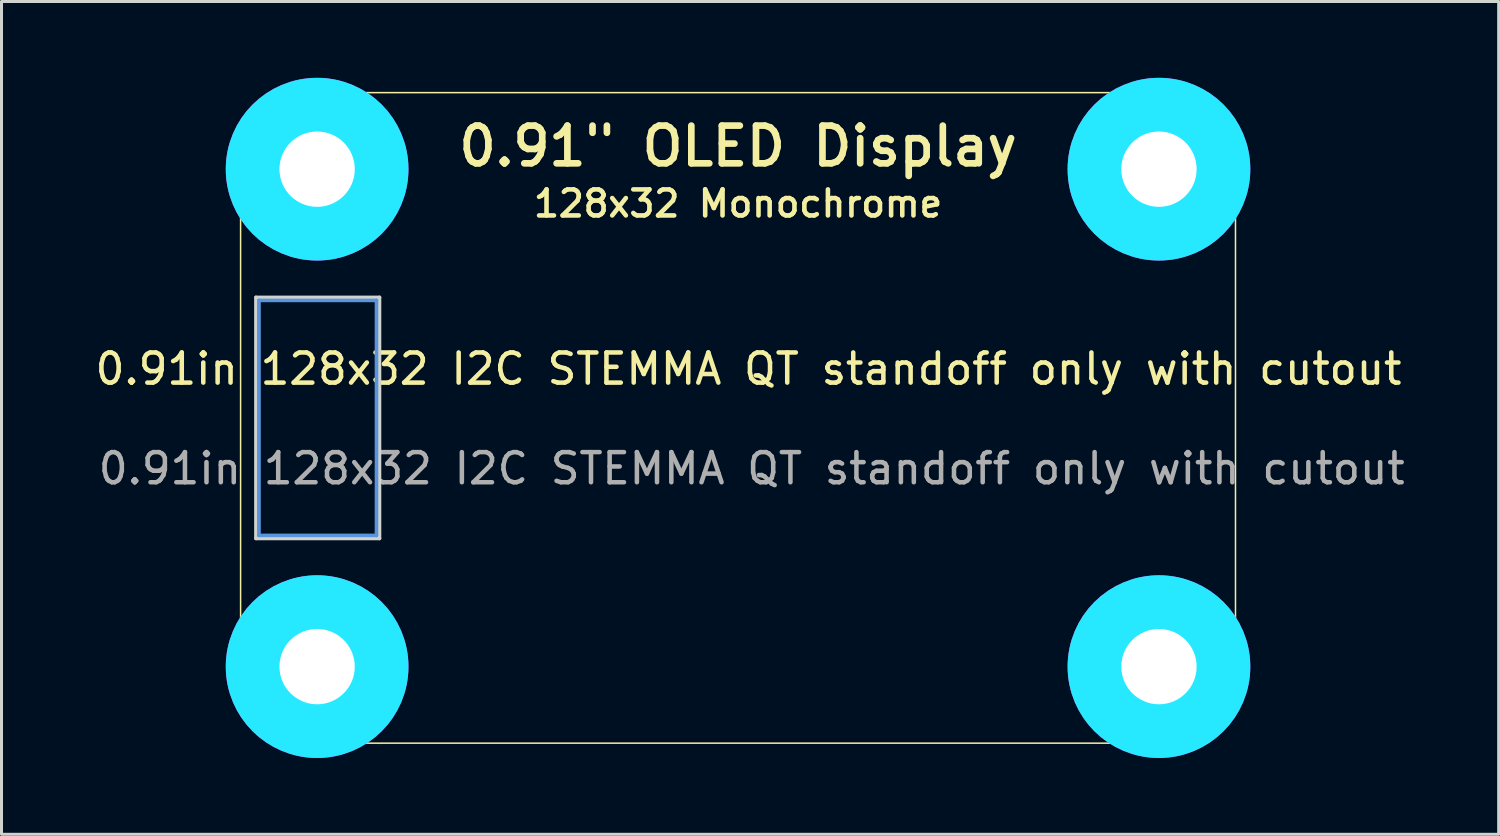
<source format=kicad_pcb>
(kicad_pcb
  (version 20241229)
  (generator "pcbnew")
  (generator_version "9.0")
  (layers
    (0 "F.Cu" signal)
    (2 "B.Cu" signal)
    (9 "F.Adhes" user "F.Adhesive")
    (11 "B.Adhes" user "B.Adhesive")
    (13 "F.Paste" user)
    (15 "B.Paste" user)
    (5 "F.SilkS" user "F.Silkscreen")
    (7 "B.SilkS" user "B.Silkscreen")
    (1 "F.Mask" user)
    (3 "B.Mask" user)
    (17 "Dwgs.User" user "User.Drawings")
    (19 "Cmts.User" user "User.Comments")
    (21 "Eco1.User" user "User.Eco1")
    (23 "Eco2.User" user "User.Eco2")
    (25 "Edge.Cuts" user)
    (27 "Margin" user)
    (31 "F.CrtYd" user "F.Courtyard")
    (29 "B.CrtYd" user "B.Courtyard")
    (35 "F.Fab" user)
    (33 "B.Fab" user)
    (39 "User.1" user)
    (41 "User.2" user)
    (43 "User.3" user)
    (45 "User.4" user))
  (footprint "0.91in 128x32 I2C STEMMA QT standoff only with cutout"
    (layer "F.Cu")
    (at 21.445 10.82)
    (property "Reference" "0.91in 128x32 I2C STEMMA QT standoff only with cutout" (at 0.347 -1.627 0) (unlocked yes) (layer "F.SilkS") (effects (font (size 1 1) (thickness 0.15))))
    (attr through_hole)
    (fp_line (start -16.51 -8.255) (end -16.51 8.255) (stroke (width 0.05) (type solid)) (layer "F.SilkS"))
    (fp_line (start -13.97 10.795) (end 13.97 10.795) (stroke (width 0.05) (type solid)) (layer "F.SilkS"))
    (fp_line (start 13.97 -10.795) (end -13.97 -10.795) (stroke (width 0.05) (type solid)) (layer "F.SilkS"))
    (fp_line (start 16.51 8.255) (end 16.51 -8.255) (stroke (width 0.05) (type solid)) (layer "F.SilkS"))
    (fp_arc (start -16.51 -8.255) (mid -15.766051 -10.051051) (end -13.97 -10.795) (stroke (width 0.05) (type solid)) (layer "F.SilkS"))
    (fp_arc (start -13.97 10.795) (mid -15.766051 10.051051) (end -16.51 8.255) (stroke (width 0.05) (type solid)) (layer "F.SilkS"))
    (fp_arc (start 13.97 -10.795) (mid 15.766051 -10.051051) (end 16.51 -8.255) (stroke (width 0.05) (type solid)) (layer "F.SilkS"))
    (fp_arc (start 16.51 8.255) (mid 15.766051 10.051051) (end 13.97 10.795) (stroke (width 0.05) (type solid)) (layer "F.SilkS"))
    (fp_circle (center -13.97 -8.255) (end -15.97 -8.255) (stroke (width 0.203) (type solid)) (fill no) (layer "F.SilkS"))
    (fp_circle (center -13.97 8.255) (end -15.97 8.255) (stroke (width 0.203) (type solid)) (fill no) (layer "F.SilkS"))
    (fp_circle (center 13.97 -8.255) (end 11.97 -8.255) (stroke (width 0.203) (type solid)) (fill no) (layer "F.SilkS"))
    (fp_circle (center 13.97 8.255) (end 11.97 8.255) (stroke (width 0.203) (type solid)) (fill no) (layer "F.SilkS"))
    (fp_line (start -15.9 -3.9) (end -15.9 3.9) (stroke (width 0.12) (type solid)) (layer "Cmts.User"))
    (fp_line (start -15.9 -3.9) (end -12 -3.9) (stroke (width 0.12) (type solid)) (layer "Cmts.User"))
    (fp_line (start -12 3.9) (end -15.9 3.9) (stroke (width 0.12) (type solid)) (layer "Cmts.User"))
    (fp_line (start -12 3.9) (end -12 -3.9) (stroke (width 0.12) (type solid)) (layer "Cmts.User"))
    (fp_line (start -16 -4) (end -16 4) (stroke (width 0.12) (type solid)) (layer "Edge.Cuts"))
    (fp_line (start -16 -4) (end -11.9 -4) (stroke (width 0.12) (type solid)) (layer "Edge.Cuts"))
    (fp_line (start -11.9 4) (end -16 4) (stroke (width 0.12) (type solid)) (layer "Edge.Cuts"))
    (fp_line (start -11.9 4) (end -11.9 -4) (stroke (width 0.12) (type solid)) (layer "Edge.Cuts"))
    (fp_circle (center -13.97 -8.255) (end -14.97 -8.255) (stroke (width 2.032) (type solid)) (fill no) (layer "B.CrtYd"))
    (fp_circle (center -13.97 8.255) (end -14.97 8.255) (stroke (width 2.032) (type solid)) (fill no) (layer "B.CrtYd"))
    (fp_circle (center 13.97 -8.255) (end 12.97 -8.255) (stroke (width 2.032) (type solid)) (fill no) (layer "B.CrtYd"))
    (fp_circle (center 13.97 8.255) (end 12.97 8.255) (stroke (width 2.032) (type solid)) (fill no) (layer "B.CrtYd"))
    (fp_circle (center -13.97 -8.255) (end -14.97 -8.255) (stroke (width 2.032) (type solid)) (fill no) (layer "F.CrtYd"))
    (fp_circle (center -13.97 8.255) (end -14.97 8.255) (stroke (width 2.032) (type solid)) (fill no) (layer "F.CrtYd"))
    (fp_circle (center 13.97 -8.255) (end 12.97 -8.255) (stroke (width 2.032) (type solid)) (fill no) (layer "F.CrtYd"))
    (fp_circle (center 13.97 8.255) (end 12.97 8.255) (stroke (width 2.032) (type solid)) (fill no) (layer "F.CrtYd"))
    (fp_text user "0.91\" OLED Display" (at 0 -9.017 0) (layer "F.SilkS") (effects (font (size 1.252 1.252) (thickness 0.221))))
    (fp_text user "128x32 Monochrome" (at 0 -7.112 0) (layer "F.SilkS") (effects (font (size 0.864 0.864) (thickness 0.152))))
    (fp_text user "${REFERENCE}" (at 0.453 1.68 0) (unlocked yes) (layer "F.Fab") (effects (font (size 1 1) (thickness 0.15))))
    (pad "P$1" thru_hole circle (at -13.97 -8.255 180) (size 3.2 3.2) (drill 2.5) (layers "*.Cu" "*.Mask"))
    (pad "P$1" thru_hole circle (at -13.97 8.255 180) (size 3.2 3.2) (drill 2.5) (layers "*.Cu" "*.Mask"))
    (pad "P$1" thru_hole circle (at 13.97 -8.255 180) (size 3.2 3.2) (drill 2.5) (layers "*.Cu" "*.Mask"))
    (pad "P$1" thru_hole circle (at 13.97 8.255 180) (size 3.2 3.2) (drill 2.5) (layers "*.Cu" "*.Mask"))
    (zone (net_name "") (layer "F.Cu") (hatch edge 0.508) (connect_pads) (min_thickness 0.254) (filled_areas_thickness no) (keepout (tracks not_allowed) (vias not_allowed) (pads not_allowed) (copperpour not_allowed) (footprints allowed)) (placement (enabled no)) (fill) (polygon (pts (xy 5.459 2.565) (xy 5.49 2.915) (xy 5.581 3.255) (xy 5.729 3.573) (xy 5.931 3.861) (xy 6.179 4.109) (xy 6.467 4.311) (xy 6.785 4.459) (xy 7.125 4.55) (xy 7.475 4.581) (xy 7.825 4.55) (xy 8.164 4.459) (xy 8.483 4.311) (xy 8.771 4.109) (xy 9.019 3.861) (xy 9.221 3.573) (xy 9.369 3.255) (xy 9.46 2.915) (xy 9.491 2.565) (xy 9.46 2.215) (xy 9.369 1.875) (xy 9.221 1.557) (xy 9.019 1.269) (xy 8.771 1.021) (xy 8.483 0.819) (xy 8.164 0.671) (xy 7.825 0.58) (xy 7.475 0.549) (xy 7.125 0.58) (xy 6.785 0.671) (xy 6.467 0.819) (xy 6.179 1.021) (xy 5.931 1.269) (xy 5.729 1.557) (xy 5.581 1.875) (xy 5.49 2.215))) (polygon (pts (xy 7.491 2.565) (xy 7.491 2.562) (xy 7.49 2.56) (xy 7.489 2.557) (xy 7.487 2.555) (xy 7.485 2.553) (xy 7.483 2.551) (xy 7.48 2.55) (xy 7.478 2.549) (xy 7.475 2.549) (xy 7.472 2.549) (xy 7.469 2.55) (xy 7.467 2.551) (xy 7.465 2.553) (xy 7.463 2.555) (xy 7.461 2.557) (xy 7.46 2.56) (xy 7.459 2.562) (xy 7.459 2.565) (xy 7.459 2.568) (xy 7.46 2.57) (xy 7.461 2.573) (xy 7.463 2.575) (xy 7.465 2.577) (xy 7.467 2.579) (xy 7.469 2.58) (xy 7.472 2.581) (xy 7.475 2.581) (xy 7.478 2.581) (xy 7.48 2.58) (xy 7.483 2.579) (xy 7.485 2.577) (xy 7.487 2.575) (xy 7.489 2.573) (xy 7.49 2.57) (xy 7.491 2.568))))
    (zone (net_name "") (layer "F.Cu") (hatch edge 0.508) (connect_pads) (min_thickness 0.254) (filled_areas_thickness no) (keepout (tracks not_allowed) (vias not_allowed) (pads not_allowed) (copperpour not_allowed) (footprints allowed)) (placement (enabled no)) (fill) (polygon (pts (xy 5.459 19.075) (xy 5.49 19.425) (xy 5.581 19.765) (xy 5.729 20.083) (xy 5.931 20.371) (xy 6.179 20.619) (xy 6.467 20.821) (xy 6.785 20.969) (xy 7.125 21.06) (xy 7.475 21.091) (xy 7.825 21.06) (xy 8.164 20.969) (xy 8.483 20.821) (xy 8.771 20.619) (xy 9.019 20.371) (xy 9.221 20.083) (xy 9.369 19.765) (xy 9.46 19.425) (xy 9.491 19.075) (xy 9.46 18.725) (xy 9.369 18.385) (xy 9.221 18.067) (xy 9.019 17.779) (xy 8.771 17.531) (xy 8.483 17.329) (xy 8.164 17.181) (xy 7.825 17.09) (xy 7.475 17.059) (xy 7.125 17.09) (xy 6.785 17.181) (xy 6.467 17.329) (xy 6.179 17.531) (xy 5.931 17.779) (xy 5.729 18.067) (xy 5.581 18.385) (xy 5.49 18.725))) (polygon (pts (xy 7.491 19.075) (xy 7.491 19.072) (xy 7.49 19.07) (xy 7.489 19.067) (xy 7.487 19.065) (xy 7.485 19.063) (xy 7.483 19.061) (xy 7.48 19.06) (xy 7.478 19.059) (xy 7.475 19.059) (xy 7.472 19.059) (xy 7.469 19.06) (xy 7.467 19.061) (xy 7.465 19.063) (xy 7.463 19.065) (xy 7.461 19.067) (xy 7.46 19.07) (xy 7.459 19.072) (xy 7.459 19.075) (xy 7.459 19.078) (xy 7.46 19.08) (xy 7.461 19.083) (xy 7.463 19.085) (xy 7.465 19.087) (xy 7.467 19.089) (xy 7.469 19.09) (xy 7.472 19.091) (xy 7.475 19.091) (xy 7.478 19.091) (xy 7.48 19.09) (xy 7.483 19.089) (xy 7.485 19.087) (xy 7.487 19.085) (xy 7.489 19.083) (xy 7.49 19.08) (xy 7.491 19.078))))
    (zone (net_name "") (layer "F.Cu") (hatch edge 0.508) (connect_pads) (min_thickness 0.254) (filled_areas_thickness no) (keepout (tracks not_allowed) (vias not_allowed) (pads not_allowed) (copperpour not_allowed) (footprints allowed)) (placement (enabled no)) (fill) (polygon (pts (xy 33.399 2.565) (xy 33.43 2.915) (xy 33.521 3.255) (xy 33.669 3.573) (xy 33.871 3.861) (xy 34.119 4.109) (xy 34.407 4.311) (xy 34.725 4.459) (xy 35.065 4.55) (xy 35.415 4.581) (xy 35.765 4.55) (xy 36.104 4.459) (xy 36.423 4.311) (xy 36.711 4.109) (xy 36.959 3.861) (xy 37.161 3.573) (xy 37.309 3.255) (xy 37.4 2.915) (xy 37.431 2.565) (xy 37.4 2.215) (xy 37.309 1.875) (xy 37.161 1.557) (xy 36.959 1.269) (xy 36.711 1.021) (xy 36.423 0.819) (xy 36.104 0.671) (xy 35.765 0.58) (xy 35.415 0.549) (xy 35.065 0.58) (xy 34.725 0.671) (xy 34.407 0.819) (xy 34.119 1.021) (xy 33.871 1.269) (xy 33.669 1.557) (xy 33.521 1.875) (xy 33.43 2.215))) (polygon (pts (xy 35.431 2.565) (xy 35.431 2.562) (xy 35.43 2.56) (xy 35.429 2.557) (xy 35.427 2.555) (xy 35.425 2.553) (xy 35.423 2.551) (xy 35.42 2.55) (xy 35.418 2.549) (xy 35.415 2.549) (xy 35.412 2.549) (xy 35.409 2.55) (xy 35.407 2.551) (xy 35.405 2.553) (xy 35.403 2.555) (xy 35.401 2.557) (xy 35.4 2.56) (xy 35.399 2.562) (xy 35.399 2.565) (xy 35.399 2.568) (xy 35.4 2.57) (xy 35.401 2.573) (xy 35.403 2.575) (xy 35.405 2.577) (xy 35.407 2.579) (xy 35.409 2.58) (xy 35.412 2.581) (xy 35.415 2.581) (xy 35.418 2.581) (xy 35.42 2.58) (xy 35.423 2.579) (xy 35.425 2.577) (xy 35.427 2.575) (xy 35.429 2.573) (xy 35.43 2.57) (xy 35.431 2.568))))
    (zone (net_name "") (layer "F.Cu") (hatch edge 0.508) (connect_pads) (min_thickness 0.254) (filled_areas_thickness no) (keepout (tracks not_allowed) (vias not_allowed) (pads not_allowed) (copperpour not_allowed) (footprints allowed)) (placement (enabled no)) (fill) (polygon (pts (xy 33.399 19.075) (xy 33.43 19.425) (xy 33.521 19.765) (xy 33.669 20.083) (xy 33.871 20.371) (xy 34.119 20.619) (xy 34.407 20.821) (xy 34.725 20.969) (xy 35.065 21.06) (xy 35.415 21.091) (xy 35.765 21.06) (xy 36.104 20.969) (xy 36.423 20.821) (xy 36.711 20.619) (xy 36.959 20.371) (xy 37.161 20.083) (xy 37.309 19.765) (xy 37.4 19.425) (xy 37.431 19.075) (xy 37.4 18.725) (xy 37.309 18.385) (xy 37.161 18.067) (xy 36.959 17.779) (xy 36.711 17.531) (xy 36.423 17.329) (xy 36.104 17.181) (xy 35.765 17.09) (xy 35.415 17.059) (xy 35.065 17.09) (xy 34.725 17.181) (xy 34.407 17.329) (xy 34.119 17.531) (xy 33.871 17.779) (xy 33.669 18.067) (xy 33.521 18.385) (xy 33.43 18.725))) (polygon (pts (xy 35.431 19.075) (xy 35.431 19.072) (xy 35.43 19.07) (xy 35.429 19.067) (xy 35.427 19.065) (xy 35.425 19.063) (xy 35.423 19.061) (xy 35.42 19.06) (xy 35.418 19.059) (xy 35.415 19.059) (xy 35.412 19.059) (xy 35.409 19.06) (xy 35.407 19.061) (xy 35.405 19.063) (xy 35.403 19.065) (xy 35.401 19.067) (xy 35.4 19.07) (xy 35.399 19.072) (xy 35.399 19.075) (xy 35.399 19.078) (xy 35.4 19.08) (xy 35.401 19.083) (xy 35.403 19.085) (xy 35.405 19.087) (xy 35.407 19.089) (xy 35.409 19.09) (xy 35.412 19.091) (xy 35.415 19.091) (xy 35.418 19.091) (xy 35.42 19.09) (xy 35.423 19.089) (xy 35.425 19.087) (xy 35.427 19.085) (xy 35.429 19.083) (xy 35.43 19.08) (xy 35.431 19.078))))
    (zone (net_name "") (layer "B.Cu") (hatch edge 0.508) (connect_pads) (min_thickness 0.254) (filled_areas_thickness no) (keepout (tracks not_allowed) (vias not_allowed) (pads not_allowed) (copperpour not_allowed) (footprints allowed)) (placement (enabled no)) (fill) (polygon (pts (xy 5.459 2.565) (xy 5.49 2.915) (xy 5.581 3.255) (xy 5.729 3.573) (xy 5.931 3.861) (xy 6.179 4.109) (xy 6.467 4.311) (xy 6.785 4.459) (xy 7.125 4.55) (xy 7.475 4.581) (xy 7.825 4.55) (xy 8.164 4.459) (xy 8.483 4.311) (xy 8.771 4.109) (xy 9.019 3.861) (xy 9.221 3.573) (xy 9.369 3.255) (xy 9.46 2.915) (xy 9.491 2.565) (xy 9.46 2.215) (xy 9.369 1.875) (xy 9.221 1.557) (xy 9.019 1.269) (xy 8.771 1.021) (xy 8.483 0.819) (xy 8.164 0.671) (xy 7.825 0.58) (xy 7.475 0.549) (xy 7.125 0.58) (xy 6.785 0.671) (xy 6.467 0.819) (xy 6.179 1.021) (xy 5.931 1.269) (xy 5.729 1.557) (xy 5.581 1.875) (xy 5.49 2.215))) (polygon (pts (xy 7.491 2.565) (xy 7.491 2.562) (xy 7.49 2.56) (xy 7.489 2.557) (xy 7.487 2.555) (xy 7.485 2.553) (xy 7.483 2.551) (xy 7.48 2.55) (xy 7.478 2.549) (xy 7.475 2.549) (xy 7.472 2.549) (xy 7.469 2.55) (xy 7.467 2.551) (xy 7.465 2.553) (xy 7.463 2.555) (xy 7.461 2.557) (xy 7.46 2.56) (xy 7.459 2.562) (xy 7.459 2.565) (xy 7.459 2.568) (xy 7.46 2.57) (xy 7.461 2.573) (xy 7.463 2.575) (xy 7.465 2.577) (xy 7.467 2.579) (xy 7.469 2.58) (xy 7.472 2.581) (xy 7.475 2.581) (xy 7.478 2.581) (xy 7.48 2.58) (xy 7.483 2.579) (xy 7.485 2.577) (xy 7.487 2.575) (xy 7.489 2.573) (xy 7.49 2.57) (xy 7.491 2.568))))
    (zone (net_name "") (layer "B.Cu") (hatch edge 0.508) (connect_pads) (min_thickness 0.254) (filled_areas_thickness no) (keepout (tracks not_allowed) (vias not_allowed) (pads not_allowed) (copperpour not_allowed) (footprints allowed)) (placement (enabled no)) (fill) (polygon (pts (xy 5.459 19.075) (xy 5.49 19.425) (xy 5.581 19.765) (xy 5.729 20.083) (xy 5.931 20.371) (xy 6.179 20.619) (xy 6.467 20.821) (xy 6.785 20.969) (xy 7.125 21.06) (xy 7.475 21.091) (xy 7.825 21.06) (xy 8.164 20.969) (xy 8.483 20.821) (xy 8.771 20.619) (xy 9.019 20.371) (xy 9.221 20.083) (xy 9.369 19.765) (xy 9.46 19.425) (xy 9.491 19.075) (xy 9.46 18.725) (xy 9.369 18.385) (xy 9.221 18.067) (xy 9.019 17.779) (xy 8.771 17.531) (xy 8.483 17.329) (xy 8.164 17.181) (xy 7.825 17.09) (xy 7.475 17.059) (xy 7.125 17.09) (xy 6.785 17.181) (xy 6.467 17.329) (xy 6.179 17.531) (xy 5.931 17.779) (xy 5.729 18.067) (xy 5.581 18.385) (xy 5.49 18.725))) (polygon (pts (xy 7.491 19.075) (xy 7.491 19.072) (xy 7.49 19.07) (xy 7.489 19.067) (xy 7.487 19.065) (xy 7.485 19.063) (xy 7.483 19.061) (xy 7.48 19.06) (xy 7.478 19.059) (xy 7.475 19.059) (xy 7.472 19.059) (xy 7.469 19.06) (xy 7.467 19.061) (xy 7.465 19.063) (xy 7.463 19.065) (xy 7.461 19.067) (xy 7.46 19.07) (xy 7.459 19.072) (xy 7.459 19.075) (xy 7.459 19.078) (xy 7.46 19.08) (xy 7.461 19.083) (xy 7.463 19.085) (xy 7.465 19.087) (xy 7.467 19.089) (xy 7.469 19.09) (xy 7.472 19.091) (xy 7.475 19.091) (xy 7.478 19.091) (xy 7.48 19.09) (xy 7.483 19.089) (xy 7.485 19.087) (xy 7.487 19.085) (xy 7.489 19.083) (xy 7.49 19.08) (xy 7.491 19.078))))
    (zone (net_name "") (layer "B.Cu") (hatch edge 0.508) (connect_pads) (min_thickness 0.254) (filled_areas_thickness no) (keepout (tracks not_allowed) (vias not_allowed) (pads not_allowed) (copperpour not_allowed) (footprints allowed)) (placement (enabled no)) (fill) (polygon (pts (xy 33.399 2.565) (xy 33.43 2.915) (xy 33.521 3.255) (xy 33.669 3.573) (xy 33.871 3.861) (xy 34.119 4.109) (xy 34.407 4.311) (xy 34.725 4.459) (xy 35.065 4.55) (xy 35.415 4.581) (xy 35.765 4.55) (xy 36.104 4.459) (xy 36.423 4.311) (xy 36.711 4.109) (xy 36.959 3.861) (xy 37.161 3.573) (xy 37.309 3.255) (xy 37.4 2.915) (xy 37.431 2.565) (xy 37.4 2.215) (xy 37.309 1.875) (xy 37.161 1.557) (xy 36.959 1.269) (xy 36.711 1.021) (xy 36.423 0.819) (xy 36.104 0.671) (xy 35.765 0.58) (xy 35.415 0.549) (xy 35.065 0.58) (xy 34.725 0.671) (xy 34.407 0.819) (xy 34.119 1.021) (xy 33.871 1.269) (xy 33.669 1.557) (xy 33.521 1.875) (xy 33.43 2.215))) (polygon (pts (xy 35.431 2.565) (xy 35.431 2.562) (xy 35.43 2.56) (xy 35.429 2.557) (xy 35.427 2.555) (xy 35.425 2.553) (xy 35.423 2.551) (xy 35.42 2.55) (xy 35.418 2.549) (xy 35.415 2.549) (xy 35.412 2.549) (xy 35.409 2.55) (xy 35.407 2.551) (xy 35.405 2.553) (xy 35.403 2.555) (xy 35.401 2.557) (xy 35.4 2.56) (xy 35.399 2.562) (xy 35.399 2.565) (xy 35.399 2.568) (xy 35.4 2.57) (xy 35.401 2.573) (xy 35.403 2.575) (xy 35.405 2.577) (xy 35.407 2.579) (xy 35.409 2.58) (xy 35.412 2.581) (xy 35.415 2.581) (xy 35.418 2.581) (xy 35.42 2.58) (xy 35.423 2.579) (xy 35.425 2.577) (xy 35.427 2.575) (xy 35.429 2.573) (xy 35.43 2.57) (xy 35.431 2.568))))
    (zone (net_name "") (layer "B.Cu") (hatch edge 0.508) (connect_pads) (min_thickness 0.254) (filled_areas_thickness no) (keepout (tracks not_allowed) (vias not_allowed) (pads not_allowed) (copperpour not_allowed) (footprints allowed)) (placement (enabled no)) (fill) (polygon (pts (xy 33.399 19.075) (xy 33.43 19.425) (xy 33.521 19.765) (xy 33.669 20.083) (xy 33.871 20.371) (xy 34.119 20.619) (xy 34.407 20.821) (xy 34.725 20.969) (xy 35.065 21.06) (xy 35.415 21.091) (xy 35.765 21.06) (xy 36.104 20.969) (xy 36.423 20.821) (xy 36.711 20.619) (xy 36.959 20.371) (xy 37.161 20.083) (xy 37.309 19.765) (xy 37.4 19.425) (xy 37.431 19.075) (xy 37.4 18.725) (xy 37.309 18.385) (xy 37.161 18.067) (xy 36.959 17.779) (xy 36.711 17.531) (xy 36.423 17.329) (xy 36.104 17.181) (xy 35.765 17.09) (xy 35.415 17.059) (xy 35.065 17.09) (xy 34.725 17.181) (xy 34.407 17.329) (xy 34.119 17.531) (xy 33.871 17.779) (xy 33.669 18.067) (xy 33.521 18.385) (xy 33.43 18.725))) (polygon (pts (xy 35.431 19.075) (xy 35.431 19.072) (xy 35.43 19.07) (xy 35.429 19.067) (xy 35.427 19.065) (xy 35.425 19.063) (xy 35.423 19.061) (xy 35.42 19.06) (xy 35.418 19.059) (xy 35.415 19.059) (xy 35.412 19.059) (xy 35.409 19.06) (xy 35.407 19.061) (xy 35.405 19.063) (xy 35.403 19.065) (xy 35.401 19.067) (xy 35.4 19.07) (xy 35.399 19.072) (xy 35.399 19.075) (xy 35.399 19.078) (xy 35.4 19.08) (xy 35.401 19.083) (xy 35.403 19.085) (xy 35.405 19.087) (xy 35.407 19.089) (xy 35.409 19.09) (xy 35.412 19.091) (xy 35.415 19.091) (xy 35.418 19.091) (xy 35.42 19.09) (xy 35.423 19.089) (xy 35.425 19.087) (xy 35.427 19.085) (xy 35.429 19.083) (xy 35.43 19.08) (xy 35.431 19.078)))))
  (gr_rect
    (start -3 -3)
    (end 46.69 24.64)
    (stroke (width 0.1) (type default))
    (fill no)
    (layer "Edge.Cuts")))
</source>
